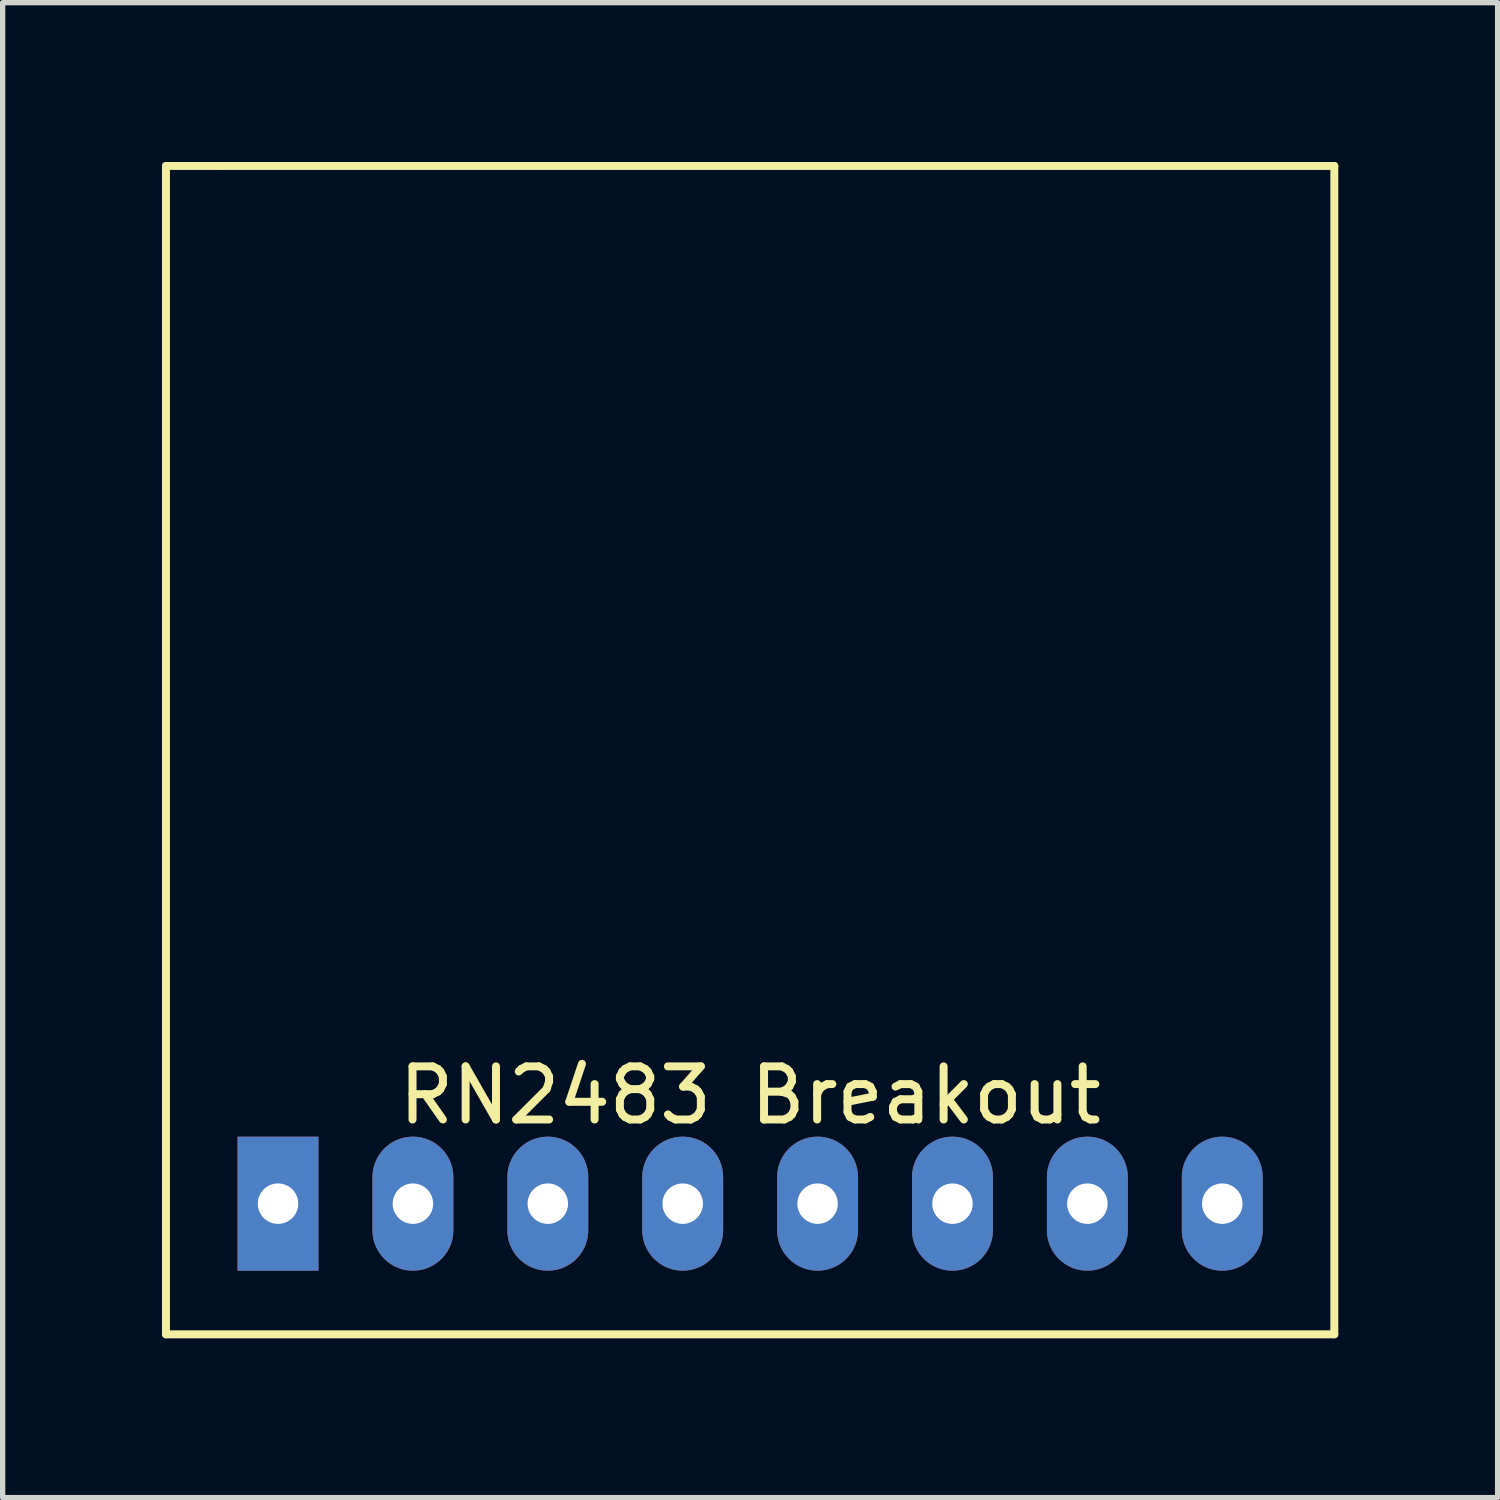
<source format=kicad_pcb>
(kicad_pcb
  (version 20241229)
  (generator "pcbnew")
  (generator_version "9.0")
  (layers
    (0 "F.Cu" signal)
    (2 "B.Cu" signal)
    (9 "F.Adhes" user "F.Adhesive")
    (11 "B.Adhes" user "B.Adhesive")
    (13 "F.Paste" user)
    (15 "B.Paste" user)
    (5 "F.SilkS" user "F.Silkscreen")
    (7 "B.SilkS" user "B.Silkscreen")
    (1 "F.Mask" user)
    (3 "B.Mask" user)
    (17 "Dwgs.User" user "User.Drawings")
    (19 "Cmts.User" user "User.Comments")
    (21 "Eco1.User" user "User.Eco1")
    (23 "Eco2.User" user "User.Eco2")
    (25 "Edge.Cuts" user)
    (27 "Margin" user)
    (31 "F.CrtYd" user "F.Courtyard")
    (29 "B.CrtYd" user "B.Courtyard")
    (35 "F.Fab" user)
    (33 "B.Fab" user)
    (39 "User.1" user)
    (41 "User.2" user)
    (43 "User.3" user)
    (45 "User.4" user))
  (footprint "RN2483 Breakout"
    (layer "F.Cu")
    (at 11.075 17.075)
    (property "Reference" "RN2483 Breakout" (at 0 0.5 0) (layer "F.SilkS") (effects (font (size 1 1) (thickness 0.15))))
    (attr through_hole)
    (fp_line (start -11 -17) (end -11 5) (stroke (width 0.15) (type solid)) (layer "F.SilkS"))
    (fp_line (start -11 5) (end 11 5) (stroke (width 0.15) (type solid)) (layer "F.SilkS"))
    (fp_line (start -10 -17) (end -11 -17) (stroke (width 0.15) (type solid)) (layer "F.SilkS"))
    (fp_line (start 11 -17) (end -10 -17) (stroke (width 0.15) (type solid)) (layer "F.SilkS"))
    (fp_line (start 11 5) (end 11 -17) (stroke (width 0.15) (type solid)) (layer "F.SilkS"))
    (pad "1" thru_hole rect (at -8.89 2.54) (size 1.524 2.524) (drill 0.762) (layers "*.Cu" "*.Mask"))
    (pad "2" thru_hole oval (at -6.35 2.54) (size 1.524 2.524) (drill 0.762) (layers "*.Cu" "*.Mask"))
    (pad "3" thru_hole oval (at -3.81 2.54) (size 1.524 2.524) (drill 0.762) (layers "*.Cu" "*.Mask"))
    (pad "4" thru_hole oval (at -1.27 2.54) (size 1.524 2.524) (drill 0.762) (layers "*.Cu" "*.Mask"))
    (pad "5" thru_hole oval (at 1.27 2.54) (size 1.524 2.524) (drill 0.762) (layers "*.Cu" "*.Mask"))
    (pad "6" thru_hole oval (at 3.81 2.54) (size 1.524 2.524) (drill 0.762) (layers "*.Cu" "*.Mask"))
    (pad "7" thru_hole oval (at 6.35 2.54) (size 1.524 2.524) (drill 0.762) (layers "*.Cu" "*.Mask"))
    (pad "8" thru_hole oval (at 8.89 2.54) (size 1.524 2.524) (drill 0.762) (layers "*.Cu" "*.Mask")))
  (gr_rect
    (start -3 -3)
    (end 25.15 25.15)
    (stroke (width 0.1) (type default))
    (fill no)
    (layer "Edge.Cuts")))
</source>
